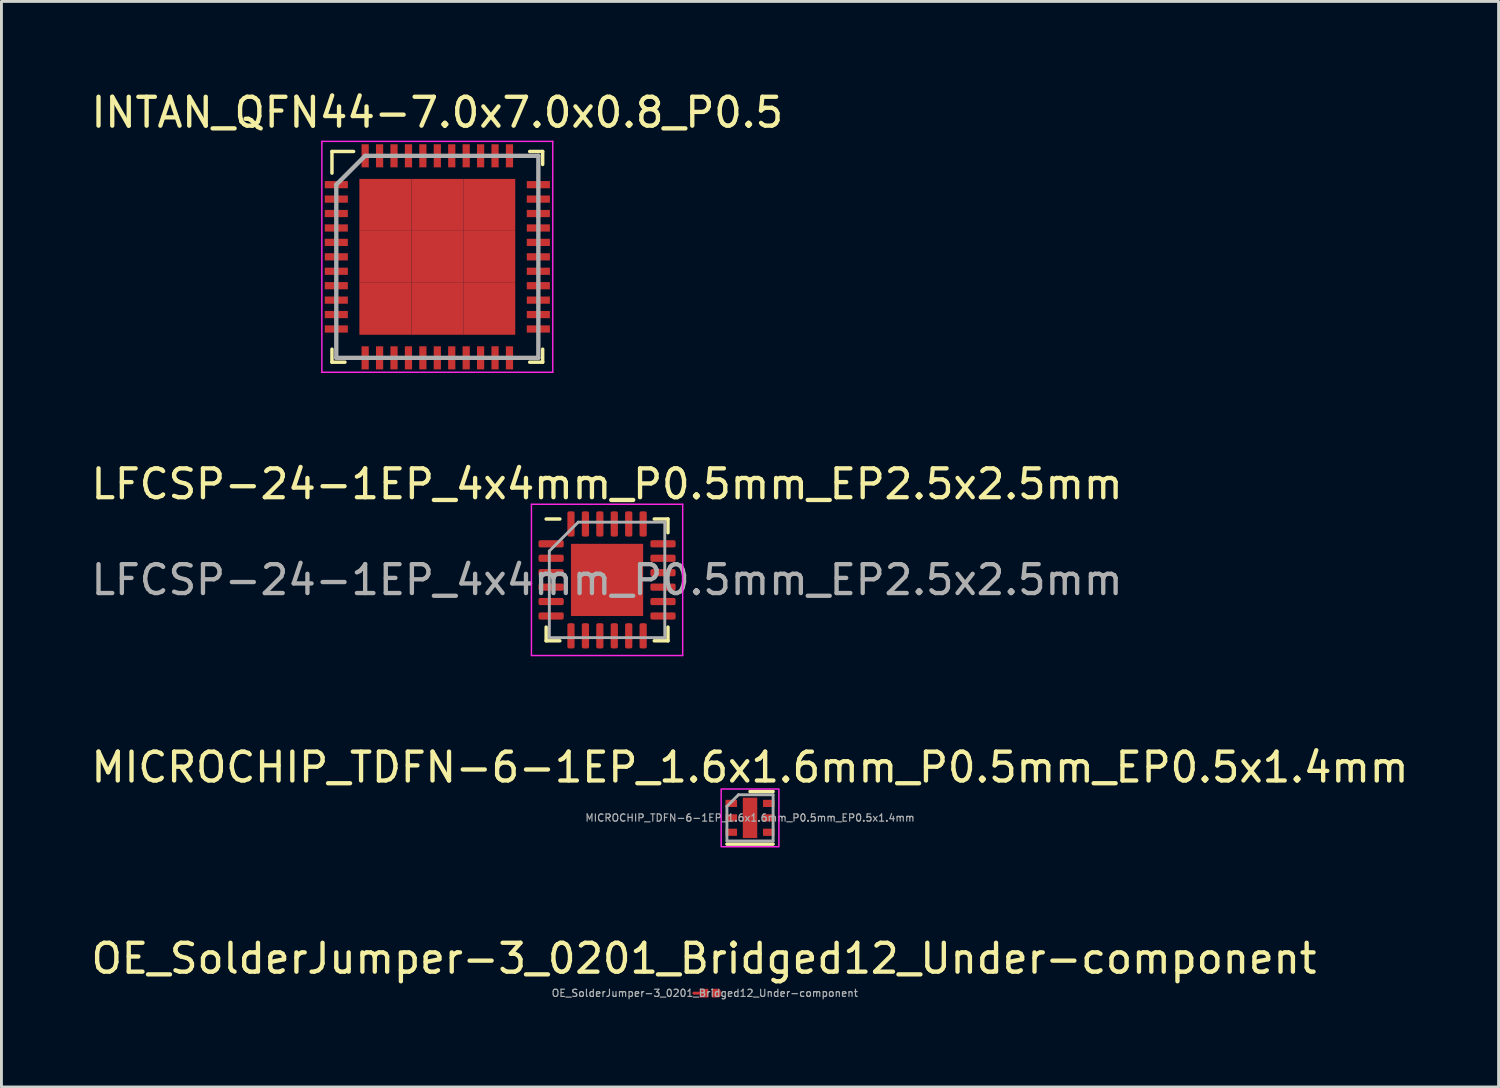
<source format=kicad_pcb>
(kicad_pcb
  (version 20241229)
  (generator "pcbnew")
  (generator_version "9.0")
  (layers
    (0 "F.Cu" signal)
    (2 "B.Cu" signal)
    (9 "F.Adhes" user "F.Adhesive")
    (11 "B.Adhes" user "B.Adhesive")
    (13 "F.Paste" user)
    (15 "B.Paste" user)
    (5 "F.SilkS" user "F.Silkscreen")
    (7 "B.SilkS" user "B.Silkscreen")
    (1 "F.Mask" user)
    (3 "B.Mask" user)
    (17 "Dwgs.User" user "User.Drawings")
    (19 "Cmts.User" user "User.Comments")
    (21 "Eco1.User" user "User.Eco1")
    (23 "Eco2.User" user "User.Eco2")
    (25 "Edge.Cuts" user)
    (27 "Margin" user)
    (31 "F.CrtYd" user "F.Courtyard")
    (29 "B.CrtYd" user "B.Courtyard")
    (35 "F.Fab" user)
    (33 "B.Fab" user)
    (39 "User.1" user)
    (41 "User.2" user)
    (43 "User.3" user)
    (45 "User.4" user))
  (footprint "INTAN_QFN44-7.0x7.0x0.8_P0.5"
    (layer "F.Cu")
    (at 12.101 5.848)
    (property "Reference" "INTAN_QFN44-7.0x7.0x0.8_P0.5" (at 0 -5 0) (layer "F.SilkS") (effects (font (size 1 1) (thickness 0.15))))
    (attr smd)
    (fp_line (start -3.65 -3.65) (end -3.65 -2.9) (stroke (width 0.12) (type solid)) (layer "F.SilkS"))
    (fp_line (start -3.65 3.65) (end -3.65 3.2) (stroke (width 0.12) (type solid)) (layer "F.SilkS"))
    (fp_line (start -3.2 3.65) (end -3.65 3.65) (stroke (width 0.12) (type solid)) (layer "F.SilkS"))
    (fp_line (start -2.9 -3.65) (end -3.65 -3.65) (stroke (width 0.12) (type solid)) (layer "F.SilkS"))
    (fp_line (start 3.2 -3.65) (end 3.65 -3.65) (stroke (width 0.12) (type solid)) (layer "F.SilkS"))
    (fp_line (start 3.2 3.65) (end 3.65 3.65) (stroke (width 0.12) (type solid)) (layer "F.SilkS"))
    (fp_line (start 3.65 -3.65) (end 3.65 -3.2) (stroke (width 0.12) (type solid)) (layer "F.SilkS"))
    (fp_line (start 3.65 3.65) (end 3.65 3.2) (stroke (width 0.12) (type solid)) (layer "F.SilkS"))
    (fp_line (start -4 -4) (end 4 -4) (stroke (width 0.05) (type solid)) (layer "F.CrtYd"))
    (fp_line (start -4 4) (end -4 -4) (stroke (width 0.05) (type solid)) (layer "F.CrtYd"))
    (fp_line (start 4 -4) (end 4 4) (stroke (width 0.05) (type solid)) (layer "F.CrtYd"))
    (fp_line (start 4 4) (end -4 4) (stroke (width 0.05) (type solid)) (layer "F.CrtYd"))
    (fp_line (start -3.5 -2.5) (end -3.5 3.5) (stroke (width 0.15) (type solid)) (layer "F.Fab"))
    (fp_line (start -3.5 3.5) (end 3.5 3.5) (stroke (width 0.15) (type solid)) (layer "F.Fab"))
    (fp_line (start -2.5 -3.5) (end -3.5 -2.5) (stroke (width 0.15) (type solid)) (layer "F.Fab"))
    (fp_line (start 3.5 -3.5) (end -2.5 -3.5) (stroke (width 0.15) (type solid)) (layer "F.Fab"))
    (fp_line (start 3.5 3.5) (end 3.5 -3.5) (stroke (width 0.15) (type solid)) (layer "F.Fab"))
    (pad "1" smd rect (at -3.5 -2.5 90) (size 0.25 0.8) (layers "F.Cu" "F.Mask" "F.Paste"))
    (pad "2" smd rect (at -3.5 -2 90) (size 0.25 0.8) (layers "F.Cu" "F.Mask" "F.Paste"))
    (pad "3" smd rect (at -3.5 -1.5 90) (size 0.25 0.8) (layers "F.Cu" "F.Mask" "F.Paste"))
    (pad "4" smd rect (at -3.5 -1 90) (size 0.25 0.8) (layers "F.Cu" "F.Mask" "F.Paste"))
    (pad "5" smd rect (at -3.5 -0.5 90) (size 0.25 0.8) (layers "F.Cu" "F.Mask" "F.Paste"))
    (pad "6" smd rect (at -3.5 0 90) (size 0.25 0.8) (layers "F.Cu" "F.Mask" "F.Paste"))
    (pad "7" smd rect (at -3.5 0.5 90) (size 0.25 0.8) (layers "F.Cu" "F.Mask" "F.Paste"))
    (pad "8" smd rect (at -3.5 1 90) (size 0.25 0.8) (layers "F.Cu" "F.Mask" "F.Paste"))
    (pad "9" smd rect (at -3.5 1.5 90) (size 0.25 0.8) (layers "F.Cu" "F.Mask" "F.Paste"))
    (pad "10" smd rect (at -3.5 2 90) (size 0.25 0.8) (layers "F.Cu" "F.Mask" "F.Paste"))
    (pad "11" smd rect (at -3.5 2.5 90) (size 0.25 0.8) (layers "F.Cu" "F.Mask" "F.Paste"))
    (pad "12" smd rect (at -2.5 3.5) (size 0.25 0.8) (layers "F.Cu" "F.Mask" "F.Paste"))
    (pad "13" smd rect (at -2 3.5) (size 0.25 0.8) (layers "F.Cu" "F.Mask" "F.Paste"))
    (pad "14" smd rect (at -1.5 3.5) (size 0.25 0.8) (layers "F.Cu" "F.Mask" "F.Paste"))
    (pad "15" smd rect (at -1 3.5) (size 0.25 0.8) (layers "F.Cu" "F.Mask" "F.Paste"))
    (pad "16" smd rect (at -0.5 3.5) (size 0.25 0.8) (layers "F.Cu" "F.Mask" "F.Paste"))
    (pad "17" smd rect (at 0 3.5) (size 0.25 0.8) (layers "F.Cu" "F.Mask" "F.Paste"))
    (pad "18" smd rect (at 0.5 3.5) (size 0.25 0.8) (layers "F.Cu" "F.Mask" "F.Paste"))
    (pad "19" smd rect (at 1 3.5) (size 0.25 0.8) (layers "F.Cu" "F.Mask" "F.Paste"))
    (pad "20" smd rect (at 1.5 3.5) (size 0.25 0.8) (layers "F.Cu" "F.Mask" "F.Paste"))
    (pad "21" smd rect (at 2 3.5) (size 0.25 0.8) (layers "F.Cu" "F.Mask" "F.Paste"))
    (pad "22" smd rect (at 2.5 3.5) (size 0.25 0.8) (layers "F.Cu" "F.Mask" "F.Paste"))
    (pad "23" smd rect (at 3.5 2.5 90) (size 0.25 0.8) (layers "F.Cu" "F.Mask" "F.Paste"))
    (pad "24" smd rect (at 3.5 2 90) (size 0.25 0.8) (layers "F.Cu" "F.Mask" "F.Paste"))
    (pad "25" smd rect (at 3.5 1.5 90) (size 0.25 0.8) (layers "F.Cu" "F.Mask" "F.Paste"))
    (pad "26" smd rect (at 3.5 1 90) (size 0.25 0.8) (layers "F.Cu" "F.Mask" "F.Paste"))
    (pad "27" smd rect (at 3.5 0.5 90) (size 0.25 0.8) (layers "F.Cu" "F.Mask" "F.Paste"))
    (pad "28" smd rect (at 3.5 0 90) (size 0.25 0.8) (layers "F.Cu" "F.Mask" "F.Paste"))
    (pad "29" smd rect (at 3.5 -0.5 90) (size 0.25 0.8) (layers "F.Cu" "F.Mask" "F.Paste"))
    (pad "30" smd rect (at 3.5 -1 90) (size 0.25 0.8) (layers "F.Cu" "F.Mask" "F.Paste"))
    (pad "31" smd rect (at 3.5 -1.5 90) (size 0.25 0.8) (layers "F.Cu" "F.Mask" "F.Paste"))
    (pad "32" smd rect (at 3.5 -2 90) (size 0.25 0.8) (layers "F.Cu" "F.Mask" "F.Paste"))
    (pad "33" smd rect (at 3.5 -2.5 90) (size 0.25 0.8) (layers "F.Cu" "F.Mask" "F.Paste"))
    (pad "34" smd rect (at 2.5 -3.5) (size 0.25 0.8) (layers "F.Cu" "F.Mask" "F.Paste"))
    (pad "35" smd rect (at 2 -3.5) (size 0.25 0.8) (layers "F.Cu" "F.Mask" "F.Paste"))
    (pad "36" smd rect (at 1.5 -3.5) (size 0.25 0.8) (layers "F.Cu" "F.Mask" "F.Paste"))
    (pad "37" smd rect (at 1 -3.5) (size 0.25 0.8) (layers "F.Cu" "F.Mask" "F.Paste"))
    (pad "38" smd rect (at 0.5 -3.5) (size 0.25 0.8) (layers "F.Cu" "F.Mask" "F.Paste"))
    (pad "39" smd rect (at 0 -3.5) (size 0.25 0.8) (layers "F.Cu" "F.Mask" "F.Paste"))
    (pad "40" smd rect (at -0.5 -3.5) (size 0.25 0.8) (layers "F.Cu" "F.Mask" "F.Paste"))
    (pad "41" smd rect (at -1 -3.5) (size 0.25 0.8) (layers "F.Cu" "F.Mask" "F.Paste"))
    (pad "42" smd rect (at -1.5 -3.5) (size 0.25 0.8) (layers "F.Cu" "F.Mask" "F.Paste"))
    (pad "43" smd rect (at -2 -3.5) (size 0.25 0.8) (layers "F.Cu" "F.Mask" "F.Paste"))
    (pad "44" smd rect (at -2.5 -3.5) (size 0.25 0.8) (layers "F.Cu" "F.Mask" "F.Paste"))
    (pad "45" smd rect (at -1.8 -1.8) (size 1.8 1.8) (layers "F.Cu" "F.Mask" "F.Paste"))
    (pad "45" smd rect (at -1.8 0) (size 1.8 1.8) (layers "F.Cu" "F.Mask" "F.Paste"))
    (pad "45" smd rect (at -1.8 1.8) (size 1.8 1.8) (layers "F.Cu" "F.Mask" "F.Paste"))
    (pad "45" smd rect (at 0 -1.8) (size 1.8 1.8) (layers "F.Cu" "F.Mask" "F.Paste"))
    (pad "45" smd rect (at 0 0) (size 1.8 1.8) (layers "F.Cu" "F.Mask" "F.Paste"))
    (pad "45" smd rect (at 0 1.8) (size 1.8 1.8) (layers "F.Cu" "F.Mask" "F.Paste"))
    (pad "45" smd rect (at 1.8 -1.8) (size 1.8 1.8) (layers "F.Cu" "F.Mask" "F.Paste"))
    (pad "45" smd rect (at 1.8 0) (size 1.8 1.8) (layers "F.Cu" "F.Mask" "F.Paste"))
    (pad "45" smd rect (at 1.8 1.8) (size 1.8 1.8) (layers "F.Cu" "F.Mask" "F.Paste")))
  (footprint "OE_SolderJumper-3_0201_Bridged12_Under-component"
    (layer "F.Cu")
    (at 21.339 31.358)
    (property "Reference" "OE_SolderJumper-3_0201_Bridged12_Under-component" (at 0 -1.2 0) (layer "F.SilkS") (effects (font (size 1 1) (thickness 0.15))))
    (attr exclude_from_pos_files exclude_from_bom)
    (fp_poly (pts (xy -0.35 -0.05) (xy -0.13 -0.05) (xy -0.13 0.05) (xy -0.35 0.05)) (stroke (width 0) (type solid)) (fill yes) (layer "F.Cu"))
    (fp_text user "${REFERENCE}" (at 0.03 0 0) (layer "F.Fab") (effects (font (size 0.25 0.25) (thickness 0.04))))
    (pad "1" smd circle (at -0.35 0) (size 0.1 0.1) (layers "F.Cu"))
    (pad "2" smd rect (at 0 0) (size 0.3 0.3) (layers "F.Cu" "F.Mask"))
    (pad "3" smd roundrect (at 0.43 0) (size 0.3 0.3) (layers "F.Cu" "F.Mask") (roundrect_rratio 0.3) (chamfer_ratio 0) (chamfer top_left bottom_left)))
  (footprint "MICROCHIP_TDFN-6-1EP_1.6x1.6mm_P0.5mm_EP0.5x1.4mm"
    (layer "F.Cu")
    (at 22.935 25.285)
    (property "Reference" "MICROCHIP_TDFN-6-1EP_1.6x1.6mm_P0.5mm_EP0.5x1.4mm" (at 0 -1.75 0) (layer "F.SilkS") (effects (font (size 1 1) (thickness 0.15))))
    (attr smd)
    (fp_line (start -0.8 0.91) (end 0.8 0.91) (stroke (width 0.12) (type solid)) (layer "F.SilkS"))
    (fp_line (start 0 -0.91) (end 0.8 -0.91) (stroke (width 0.12) (type solid)) (layer "F.SilkS"))
    (fp_rect (start -1 1) (end 1 -1) (stroke (width 0.05) (type default)) (fill no) (layer "F.CrtYd"))
    (fp_line (start -0.8 -0.4) (end -0.4 -0.8) (stroke (width 0.1) (type solid)) (layer "F.Fab"))
    (fp_line (start -0.8 0.8) (end -0.8 -0.4) (stroke (width 0.1) (type solid)) (layer "F.Fab"))
    (fp_line (start -0.4 -0.8) (end 0.8 -0.8) (stroke (width 0.1) (type solid)) (layer "F.Fab"))
    (fp_line (start 0.8 -0.8) (end 0.8 0.8) (stroke (width 0.1) (type solid)) (layer "F.Fab"))
    (fp_line (start 0.8 0.8) (end -0.8 0.8) (stroke (width 0.1) (type solid)) (layer "F.Fab"))
    (fp_text user "${REFERENCE}" (at 0 0 0) (layer "F.Fab") (effects (font (size 0.25 0.25) (thickness 0.04))))
    (pad "" smd roundrect (at 0 -0.35) (size 0.35 0.55) (layers "F.Paste") (roundrect_rratio 0.05))
    (pad "" smd roundrect (at 0 0.35) (size 0.35 0.55) (layers "F.Paste") (roundrect_rratio 0.05))
    (pad "1" smd roundrect (at -0.65 -0.5) (size 0.4 0.25) (layers "F.Cu" "F.Mask" "F.Paste") (roundrect_rratio 0.05))
    (pad "2" smd roundrect (at -0.65 0) (size 0.4 0.25) (layers "F.Cu" "F.Mask" "F.Paste") (roundrect_rratio 0.05))
    (pad "3" smd roundrect (at -0.65 0.5) (size 0.4 0.25) (layers "F.Cu" "F.Mask" "F.Paste") (roundrect_rratio 0.05))
    (pad "4" smd roundrect (at 0.65 0.5) (size 0.4 0.25) (layers "F.Cu" "F.Mask" "F.Paste") (roundrect_rratio 0.05))
    (pad "5" smd roundrect (at 0.65 0) (size 0.4 0.25) (layers "F.Cu" "F.Mask" "F.Paste") (roundrect_rratio 0.05))
    (pad "6" smd roundrect (at 0.65 -0.5) (size 0.4 0.25) (layers "F.Cu" "F.Mask" "F.Paste") (roundrect_rratio 0.05))
    (pad "7" smd rect (at 0 0) (size 0.5 1.4) (layers "F.Cu" "F.Mask")))
  (footprint "LFCSP-24-1EP_4x4mm_P0.5mm_EP2.5x2.5mm"
    (layer "F.Cu")
    (at 17.982 17.041)
    (property "Reference" "LFCSP-24-1EP_4x4mm_P0.5mm_EP2.5x2.5mm" (at 0 -3.32 0) (layer "F.SilkS") (effects (font (size 1 1) (thickness 0.15))))
    (attr smd)
    (fp_line (start -2.11 2.11) (end -2.11 1.635) (stroke (width 0.12) (type solid)) (layer "F.SilkS"))
    (fp_line (start -1.635 -2.11) (end -2.11 -2.11) (stroke (width 0.12) (type solid)) (layer "F.SilkS"))
    (fp_line (start -1.635 2.11) (end -2.11 2.11) (stroke (width 0.12) (type solid)) (layer "F.SilkS"))
    (fp_line (start 1.635 -2.11) (end 2.11 -2.11) (stroke (width 0.12) (type solid)) (layer "F.SilkS"))
    (fp_line (start 1.635 2.11) (end 2.11 2.11) (stroke (width 0.12) (type solid)) (layer "F.SilkS"))
    (fp_line (start 2.11 -2.11) (end 2.11 -1.635) (stroke (width 0.12) (type solid)) (layer "F.SilkS"))
    (fp_line (start 2.11 2.11) (end 2.11 1.635) (stroke (width 0.12) (type solid)) (layer "F.SilkS"))
    (fp_line (start -2.62 -2.62) (end -2.62 2.62) (stroke (width 0.05) (type solid)) (layer "F.CrtYd"))
    (fp_line (start -2.62 2.62) (end 2.62 2.62) (stroke (width 0.05) (type solid)) (layer "F.CrtYd"))
    (fp_line (start 2.62 -2.62) (end -2.62 -2.62) (stroke (width 0.05) (type solid)) (layer "F.CrtYd"))
    (fp_line (start 2.62 2.62) (end 2.62 -2.62) (stroke (width 0.05) (type solid)) (layer "F.CrtYd"))
    (fp_line (start -2 -1) (end -1 -2) (stroke (width 0.1) (type solid)) (layer "F.Fab"))
    (fp_line (start -2 2) (end -2 -1) (stroke (width 0.1) (type solid)) (layer "F.Fab"))
    (fp_line (start -1 -2) (end 2 -2) (stroke (width 0.1) (type solid)) (layer "F.Fab"))
    (fp_line (start 2 -2) (end 2 2) (stroke (width 0.1) (type solid)) (layer "F.Fab"))
    (fp_line (start 2 2) (end -2 2) (stroke (width 0.1) (type solid)) (layer "F.Fab"))
    (fp_text user "${REFERENCE}" (at 0 0 0) (layer "F.Fab") (effects (font (size 1 1) (thickness 0.15))))
    (pad "" smd roundrect (at -0.625 -0.625) (size 1.01 1.01) (layers "F.Paste") (roundrect_rratio 0.248))
    (pad "" smd roundrect (at -0.625 0.625) (size 1.01 1.01) (layers "F.Paste") (roundrect_rratio 0.248))
    (pad "" smd roundrect (at 0.625 -0.625) (size 1.01 1.01) (layers "F.Paste") (roundrect_rratio 0.248))
    (pad "" smd roundrect (at 0.625 0.625) (size 1.01 1.01) (layers "F.Paste") (roundrect_rratio 0.248))
    (pad "1" smd roundrect (at -1.938 -1.25) (size 0.875 0.25) (layers "F.Cu" "F.Mask" "F.Paste") (roundrect_rratio 0.25))
    (pad "2" smd roundrect (at -1.938 -0.75) (size 0.875 0.25) (layers "F.Cu" "F.Mask" "F.Paste") (roundrect_rratio 0.25))
    (pad "3" smd roundrect (at -1.938 -0.25) (size 0.875 0.25) (layers "F.Cu" "F.Mask" "F.Paste") (roundrect_rratio 0.25))
    (pad "4" smd roundrect (at -1.938 0.25) (size 0.875 0.25) (layers "F.Cu" "F.Mask" "F.Paste") (roundrect_rratio 0.25))
    (pad "5" smd roundrect (at -1.938 0.75) (size 0.875 0.25) (layers "F.Cu" "F.Mask" "F.Paste") (roundrect_rratio 0.25))
    (pad "6" smd roundrect (at -1.938 1.25) (size 0.875 0.25) (layers "F.Cu" "F.Mask" "F.Paste") (roundrect_rratio 0.25))
    (pad "7" smd roundrect (at -1.25 1.938) (size 0.25 0.875) (layers "F.Cu" "F.Mask" "F.Paste") (roundrect_rratio 0.25))
    (pad "8" smd roundrect (at -0.75 1.938) (size 0.25 0.875) (layers "F.Cu" "F.Mask" "F.Paste") (roundrect_rratio 0.25))
    (pad "9" smd roundrect (at -0.25 1.938) (size 0.25 0.875) (layers "F.Cu" "F.Mask" "F.Paste") (roundrect_rratio 0.25))
    (pad "10" smd roundrect (at 0.25 1.938) (size 0.25 0.875) (layers "F.Cu" "F.Mask" "F.Paste") (roundrect_rratio 0.25))
    (pad "11" smd roundrect (at 0.75 1.938) (size 0.25 0.875) (layers "F.Cu" "F.Mask" "F.Paste") (roundrect_rratio 0.25))
    (pad "12" smd roundrect (at 1.25 1.938) (size 0.25 0.875) (layers "F.Cu" "F.Mask" "F.Paste") (roundrect_rratio 0.25))
    (pad "13" smd roundrect (at 1.938 1.25) (size 0.875 0.25) (layers "F.Cu" "F.Mask" "F.Paste") (roundrect_rratio 0.25))
    (pad "14" smd roundrect (at 1.938 0.75) (size 0.875 0.25) (layers "F.Cu" "F.Mask" "F.Paste") (roundrect_rratio 0.25))
    (pad "15" smd roundrect (at 1.938 0.25) (size 0.875 0.25) (layers "F.Cu" "F.Mask" "F.Paste") (roundrect_rratio 0.25))
    (pad "16" smd roundrect (at 1.938 -0.25) (size 0.875 0.25) (layers "F.Cu" "F.Mask" "F.Paste") (roundrect_rratio 0.25))
    (pad "17" smd roundrect (at 1.938 -0.75) (size 0.875 0.25) (layers "F.Cu" "F.Mask" "F.Paste") (roundrect_rratio 0.25))
    (pad "18" smd roundrect (at 1.938 -1.25) (size 0.875 0.25) (layers "F.Cu" "F.Mask" "F.Paste") (roundrect_rratio 0.25))
    (pad "19" smd roundrect (at 1.25 -1.938) (size 0.25 0.875) (layers "F.Cu" "F.Mask" "F.Paste") (roundrect_rratio 0.25))
    (pad "20" smd roundrect (at 0.75 -1.938) (size 0.25 0.875) (layers "F.Cu" "F.Mask" "F.Paste") (roundrect_rratio 0.25))
    (pad "21" smd roundrect (at 0.25 -1.938) (size 0.25 0.875) (layers "F.Cu" "F.Mask" "F.Paste") (roundrect_rratio 0.25))
    (pad "22" smd roundrect (at -0.25 -1.938) (size 0.25 0.875) (layers "F.Cu" "F.Mask" "F.Paste") (roundrect_rratio 0.25))
    (pad "23" smd roundrect (at -0.75 -1.938) (size 0.25 0.875) (layers "F.Cu" "F.Mask" "F.Paste") (roundrect_rratio 0.25))
    (pad "24" smd roundrect (at -1.25 -1.938) (size 0.25 0.875) (layers "F.Cu" "F.Mask" "F.Paste") (roundrect_rratio 0.25))
    (pad "25" smd rect (at 0 0) (size 2.5 2.5) (layers "F.Cu" "F.Mask")))
  (gr_rect
    (start -3 -3)
    (end 48.869 34.608)
    (stroke (width 0.1) (type default))
    (fill no)
    (layer "Edge.Cuts")))
</source>
